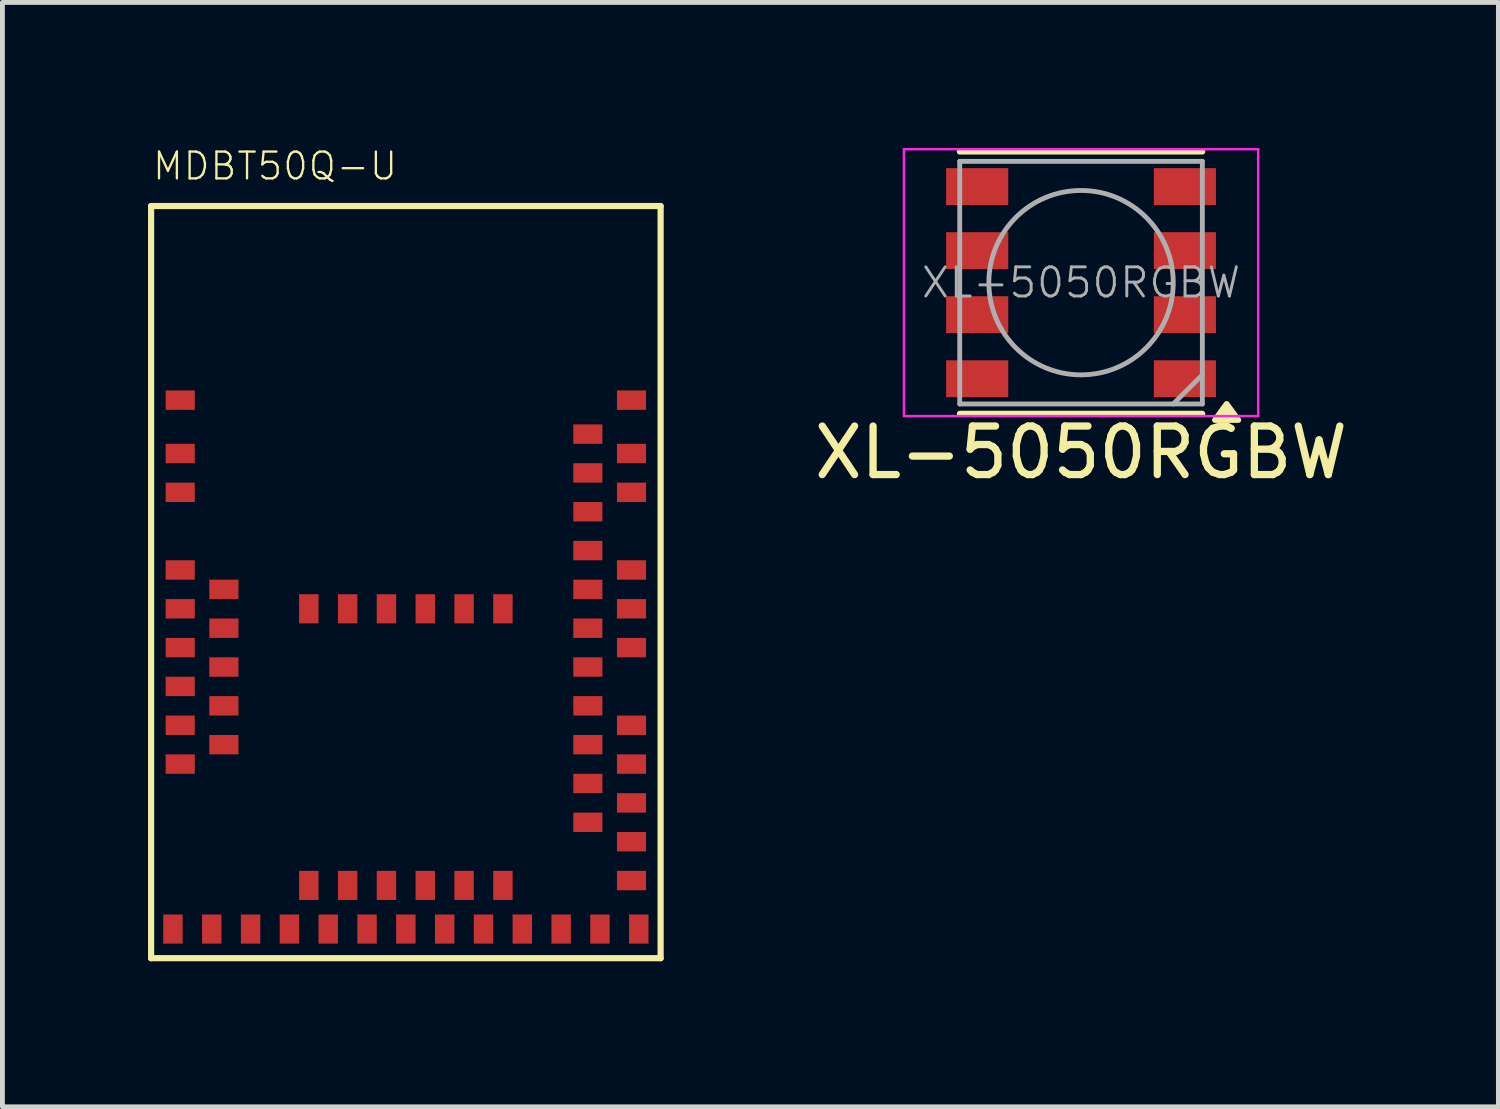
<source format=kicad_pcb>
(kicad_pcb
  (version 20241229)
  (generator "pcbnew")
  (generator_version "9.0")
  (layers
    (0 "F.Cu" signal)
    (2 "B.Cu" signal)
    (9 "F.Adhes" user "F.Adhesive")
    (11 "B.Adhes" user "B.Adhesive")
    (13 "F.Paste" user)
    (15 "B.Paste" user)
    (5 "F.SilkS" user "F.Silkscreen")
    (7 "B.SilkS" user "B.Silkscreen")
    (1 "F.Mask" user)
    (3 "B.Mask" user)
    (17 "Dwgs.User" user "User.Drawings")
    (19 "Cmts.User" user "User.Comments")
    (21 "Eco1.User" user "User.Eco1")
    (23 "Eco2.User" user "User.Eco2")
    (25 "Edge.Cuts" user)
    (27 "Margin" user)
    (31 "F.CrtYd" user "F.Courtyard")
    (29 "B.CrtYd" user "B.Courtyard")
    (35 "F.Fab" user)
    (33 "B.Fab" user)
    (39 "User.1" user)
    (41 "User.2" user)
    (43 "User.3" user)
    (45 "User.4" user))
  (footprint "XL-5050RGBW"
    (layer "F.Cu")
    (at 19.228 2.775)
    (property "Reference" "XL-5050RGBW" (at 0 3.5 180) (layer "F.SilkS") (effects (font (size 1 1) (thickness 0.15))))
    (attr smd)
    (fp_line (start -2.5 -2.7) (end 2.5 -2.7) (stroke (width 0.12) (type solid)) (layer "F.SilkS"))
    (fp_line (start 2.5 2.7) (end -2.5 2.7) (stroke (width 0.12) (type solid)) (layer "F.SilkS"))
    (fp_poly (pts (xy 3 2.5) (xy 3.24 2.83) (xy 2.76 2.83) (xy 3 2.5)) (stroke (width 0.12) (type solid)) (fill yes) (layer "F.SilkS"))
    (fp_line (start -3.65 -2.75) (end -3.65 2.75) (stroke (width 0.05) (type solid)) (layer "F.CrtYd"))
    (fp_line (start -3.65 2.75) (end 3.65 2.75) (stroke (width 0.05) (type solid)) (layer "F.CrtYd"))
    (fp_line (start 3.65 -2.75) (end -3.65 -2.75) (stroke (width 0.05) (type solid)) (layer "F.CrtYd"))
    (fp_line (start 3.65 2.75) (end 3.65 -2.75) (stroke (width 0.05) (type solid)) (layer "F.CrtYd"))
    (fp_line (start -2.5 -2.5) (end -2.5 2.5) (stroke (width 0.1) (type solid)) (layer "F.Fab"))
    (fp_line (start -2.5 2.5) (end 2.5 2.5) (stroke (width 0.1) (type solid)) (layer "F.Fab"))
    (fp_line (start 2.5 -2.5) (end -2.5 -2.5) (stroke (width 0.1) (type solid)) (layer "F.Fab"))
    (fp_line (start 2.5 1.9) (end 1.9 2.5) (stroke (width 0.1) (type solid)) (layer "F.Fab"))
    (fp_line (start 2.5 2.5) (end 2.5 -2.5) (stroke (width 0.1) (type solid)) (layer "F.Fab"))
    (fp_circle (center 0 0) (end 0 1.9) (stroke (width 0.1) (type solid)) (fill no) (layer "F.Fab"))
    (fp_text user "${REFERENCE}" (at 0 0 0) (layer "F.Fab") (effects (font (size 0.6 0.6) (thickness 0.06))))
    (pad "1" smd rect (at -2.14 -1.98 90) (size 0.76 1.28) (layers "F.Cu" "F.Mask" "F.Paste"))
    (pad "2" smd rect (at -2.14 -0.66 90) (size 0.76 1.28) (layers "F.Cu" "F.Mask" "F.Paste"))
    (pad "3" smd rect (at -2.14 0.66 90) (size 0.76 1.28) (layers "F.Cu" "F.Mask" "F.Paste"))
    (pad "4" smd rect (at -2.14 1.98 90) (size 0.76 1.28) (layers "F.Cu" "F.Mask" "F.Paste"))
    (pad "5" smd rect (at 2.14 -1.98 90) (size 0.76 1.28) (layers "F.Cu" "F.Mask" "F.Paste"))
    (pad "6" smd rect (at 2.14 -0.66 90) (size 0.76 1.28) (layers "F.Cu" "F.Mask" "F.Paste"))
    (pad "7" smd rect (at 2.14 0.66 90) (size 0.76 1.28) (layers "F.Cu" "F.Mask" "F.Paste"))
    (pad "8" smd rect (at 2.14 1.98 90) (size 0.76 1.28) (layers "F.Cu" "F.Mask" "F.Paste")))
  (footprint "MDBT50Q-U"
    (layer "F.Cu")
    (at 5.314 8.946)
    (property "Reference" "MDBT50Q-U" (at -5.25 -8.25 0) (unlocked yes) (layer "F.SilkS") (effects (font (size 0.552 0.552) (thickness 0.048)) (justify left bottom)))
    (fp_line (start -5.25 -7.75) (end 5.25 -7.75) (stroke (width 0.127) (type solid)) (layer "F.SilkS"))
    (fp_line (start -5.25 7.75) (end -5.25 -7.75) (stroke (width 0.127) (type solid)) (layer "F.SilkS"))
    (fp_line (start 5.25 -7.75) (end 5.25 7.75) (stroke (width 0.127) (type solid)) (layer "F.SilkS"))
    (fp_line (start 5.25 7.75) (end -5.25 7.75) (stroke (width 0.127) (type solid)) (layer "F.SilkS"))
    (pad "1" smd rect (at -4.65 -3.75) (size 0.6 0.4) (layers "F.Cu" "F.Mask" "F.Paste"))
    (pad "2" smd rect (at -4.65 -2.65 180) (size 0.6 0.4) (layers "F.Cu" "F.Mask" "F.Paste"))
    (pad "3" smd rect (at -4.65 -1.85) (size 0.6 0.4) (layers "F.Cu" "F.Mask" "F.Paste"))
    (pad "4" smd rect (at -4.65 -0.25) (size 0.6 0.4) (layers "F.Cu" "F.Mask" "F.Paste"))
    (pad "5" smd rect (at -3.75 0.15) (size 0.6 0.4) (layers "F.Cu" "F.Mask" "F.Paste"))
    (pad "6" smd rect (at -4.65 0.55 180) (size 0.6 0.4) (layers "F.Cu" "F.Mask" "F.Paste"))
    (pad "7" smd rect (at -3.75 0.95) (size 0.6 0.4) (layers "F.Cu" "F.Mask" "F.Paste"))
    (pad "8" smd rect (at -4.65 1.35) (size 0.6 0.4) (layers "F.Cu" "F.Mask" "F.Paste"))
    (pad "9" smd rect (at -3.75 1.75) (size 0.6 0.4) (layers "F.Cu" "F.Mask" "F.Paste"))
    (pad "10" smd rect (at -4.65 2.15) (size 0.6 0.4) (layers "F.Cu" "F.Mask" "F.Paste"))
    (pad "11" smd rect (at -3.75 2.55) (size 0.6 0.4) (layers "F.Cu" "F.Mask" "F.Paste"))
    (pad "12" smd rect (at -4.65 2.95) (size 0.6 0.4) (layers "F.Cu" "F.Mask" "F.Paste"))
    (pad "13" smd rect (at -3.75 3.35) (size 0.6 0.4) (layers "F.Cu" "F.Mask" "F.Paste"))
    (pad "14" smd rect (at -4.65 3.75) (size 0.6 0.4) (layers "F.Cu" "F.Mask" "F.Paste"))
    (pad "15" smd rect (at -4.8 7.15 270) (size 0.6 0.4) (layers "F.Cu" "F.Mask" "F.Paste"))
    (pad "16" smd rect (at -4 7.15 270) (size 0.6 0.4) (layers "F.Cu" "F.Mask" "F.Paste"))
    (pad "17" smd rect (at -3.2 7.15 270) (size 0.6 0.4) (layers "F.Cu" "F.Mask" "F.Paste"))
    (pad "18" smd rect (at -2.4 7.15 90) (size 0.6 0.4) (layers "F.Cu" "F.Mask" "F.Paste"))
    (pad "19" smd rect (at -2 6.25 270) (size 0.6 0.4) (layers "F.Cu" "F.Mask" "F.Paste"))
    (pad "20" smd rect (at -1.6 7.15 90) (size 0.6 0.4) (layers "F.Cu" "F.Mask" "F.Paste"))
    (pad "21" smd rect (at -1.2 6.25 270) (size 0.6 0.4) (layers "F.Cu" "F.Mask" "F.Paste"))
    (pad "22" smd rect (at -0.8 7.15 90) (size 0.6 0.4) (layers "F.Cu" "F.Mask" "F.Paste"))
    (pad "23" smd rect (at -0.4 6.25 270) (size 0.6 0.4) (layers "F.Cu" "F.Mask" "F.Paste"))
    (pad "24" smd rect (at 0 7.15 90) (size 0.6 0.4) (layers "F.Cu" "F.Mask" "F.Paste"))
    (pad "25" smd rect (at 0.4 6.25 270) (size 0.6 0.4) (layers "F.Cu" "F.Mask" "F.Paste"))
    (pad "26" smd rect (at 0.8 7.15 90) (size 0.6 0.4) (layers "F.Cu" "F.Mask" "F.Paste"))
    (pad "27" smd rect (at 1.2 6.25 270) (size 0.6 0.4) (layers "F.Cu" "F.Mask" "F.Paste"))
    (pad "28" smd rect (at 1.6 7.15 90) (size 0.6 0.4) (layers "F.Cu" "F.Mask" "F.Paste"))
    (pad "29" smd rect (at 2 6.25 270) (size 0.6 0.4) (layers "F.Cu" "F.Mask" "F.Paste"))
    (pad "30" smd rect (at 2.4 7.15 90) (size 0.6 0.4) (layers "F.Cu" "F.Mask" "F.Paste"))
    (pad "31" smd rect (at 3.2 7.15 270) (size 0.6 0.4) (layers "F.Cu" "F.Mask" "F.Paste"))
    (pad "32" smd rect (at 4 7.15 270) (size 0.6 0.4) (layers "F.Cu" "F.Mask" "F.Paste"))
    (pad "33" smd rect (at 4.8 7.15 270) (size 0.6 0.4) (layers "F.Cu" "F.Mask" "F.Paste"))
    (pad "34" smd rect (at 4.65 6.15 180) (size 0.6 0.4) (layers "F.Cu" "F.Mask" "F.Paste"))
    (pad "35" smd rect (at 4.65 5.35 180) (size 0.6 0.4) (layers "F.Cu" "F.Mask" "F.Paste"))
    (pad "36" smd rect (at 3.75 4.95 180) (size 0.6 0.4) (layers "F.Cu" "F.Mask" "F.Paste"))
    (pad "37" smd rect (at 4.65 4.55 180) (size 0.6 0.4) (layers "F.Cu" "F.Mask" "F.Paste"))
    (pad "38" smd rect (at 3.75 4.15 180) (size 0.6 0.4) (layers "F.Cu" "F.Mask" "F.Paste"))
    (pad "39" smd rect (at 4.65 3.75 180) (size 0.6 0.4) (layers "F.Cu" "F.Mask" "F.Paste"))
    (pad "40" smd rect (at 3.75 3.35 180) (size 0.6 0.4) (layers "F.Cu" "F.Mask" "F.Paste"))
    (pad "41" smd rect (at 4.65 2.95 180) (size 0.6 0.4) (layers "F.Cu" "F.Mask" "F.Paste"))
    (pad "42" smd rect (at 3.75 2.55 180) (size 0.6 0.4) (layers "F.Cu" "F.Mask" "F.Paste"))
    (pad "43" smd rect (at 3.75 1.75 180) (size 0.6 0.4) (layers "F.Cu" "F.Mask" "F.Paste"))
    (pad "44" smd rect (at 4.65 1.35 180) (size 0.6 0.4) (layers "F.Cu" "F.Mask" "F.Paste"))
    (pad "45" smd rect (at 3.75 0.95 180) (size 0.6 0.4) (layers "F.Cu" "F.Mask" "F.Paste"))
    (pad "46" smd rect (at 4.65 0.55 180) (size 0.6 0.4) (layers "F.Cu" "F.Mask" "F.Paste"))
    (pad "47" smd rect (at 3.75 0.15 180) (size 0.6 0.4) (layers "F.Cu" "F.Mask" "F.Paste"))
    (pad "48" smd rect (at 4.65 -0.25 180) (size 0.6 0.4) (layers "F.Cu" "F.Mask" "F.Paste"))
    (pad "49" smd rect (at 3.75 -0.65 180) (size 0.6 0.4) (layers "F.Cu" "F.Mask" "F.Paste"))
    (pad "50" smd rect (at 3.75 -1.45 180) (size 0.6 0.4) (layers "F.Cu" "F.Mask" "F.Paste"))
    (pad "51" smd rect (at 4.65 -1.85 180) (size 0.6 0.4) (layers "F.Cu" "F.Mask" "F.Paste"))
    (pad "52" smd rect (at 3.75 -2.25 180) (size 0.6 0.4) (layers "F.Cu" "F.Mask" "F.Paste"))
    (pad "53" smd rect (at 4.65 -2.65 180) (size 0.6 0.4) (layers "F.Cu" "F.Mask" "F.Paste"))
    (pad "54" smd rect (at 3.75 -3.05 180) (size 0.6 0.4) (layers "F.Cu" "F.Mask" "F.Paste"))
    (pad "55" smd rect (at 4.65 -3.75 180) (size 0.6 0.4) (layers "F.Cu" "F.Mask" "F.Paste"))
    (pad "56" smd rect (at -2 0.55 270) (size 0.6 0.4) (layers "F.Cu" "F.Mask" "F.Paste"))
    (pad "57" smd rect (at -1.2 0.55 270) (size 0.6 0.4) (layers "F.Cu" "F.Mask" "F.Paste"))
    (pad "58" smd rect (at -0.4 0.55 270) (size 0.6 0.4) (layers "F.Cu" "F.Mask" "F.Paste"))
    (pad "59" smd rect (at 0.4 0.55 270) (size 0.6 0.4) (layers "F.Cu" "F.Mask" "F.Paste"))
    (pad "60" smd rect (at 1.2 0.55 270) (size 0.6 0.4) (layers "F.Cu" "F.Mask" "F.Paste"))
    (pad "61" smd rect (at 2 0.55 270) (size 0.6 0.4) (layers "F.Cu" "F.Mask" "F.Paste")))
  (gr_rect
    (start -3 -3)
    (end 27.829 19.759)
    (stroke (width 0.1) (type default))
    (fill no)
    (layer "Edge.Cuts")))
</source>
